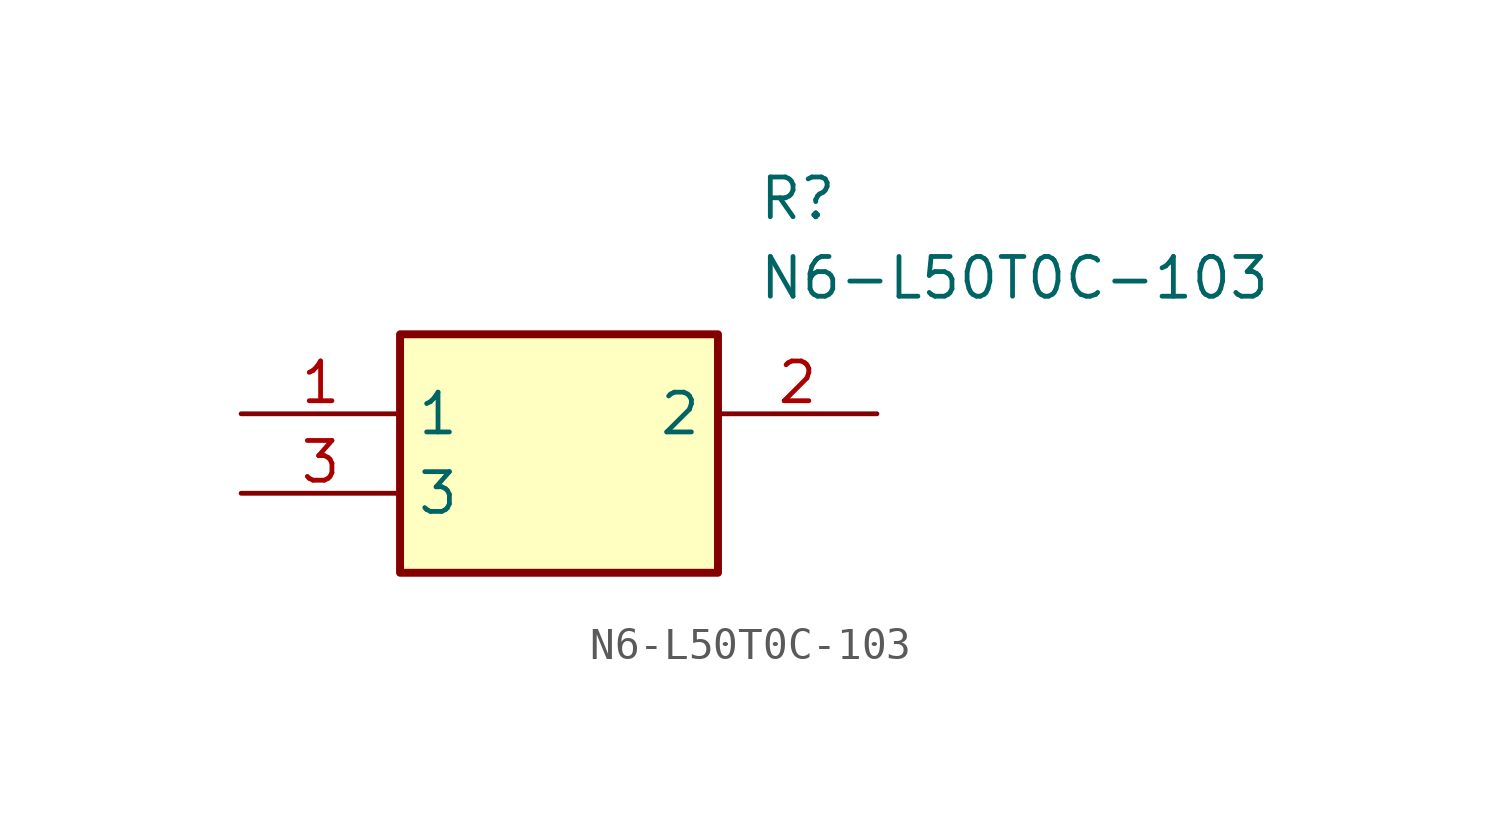
<source format=kicad_sym>
(kicad_symbol_lib
  (version 20211014)
  (generator SamacSys_ECAD_Model)
  (symbol "N6-L50T0C-103"
    (property "Reference" "R"
      (at 16.51 7.62 0)
      (effects (font (size 1.27 1.27)) (justify left top)))
    (property "Value" "N6-L50T0C-103"
      (at 16.51 5.08 0)
      (effects (font (size 1.27 1.27)) (justify left top)))
    (rectangle
      (start 5.08 2.54)
      (end 15.24 -5.08)
      (stroke (width 0.254) (type default))
      (fill (type background)))
    (pin passive line
      (at 0 0 0)
      (length 5.08)
      (name "1" (effects (font (size 1.27 1.27))))
      (number "1" (effects (font (size 1.27 1.27)))))
    (pin passive line
      (at 20.32 0 180)
      (length 5.08)
      (name "2" (effects (font (size 1.27 1.27))))
      (number "2" (effects (font (size 1.27 1.27)))))
    (pin passive line
      (at 0 -2.54 0)
      (length 5.08)
      (name "3" (effects (font (size 1.27 1.27))))
      (number "3" (effects (font (size 1.27 1.27)))))))
</source>
